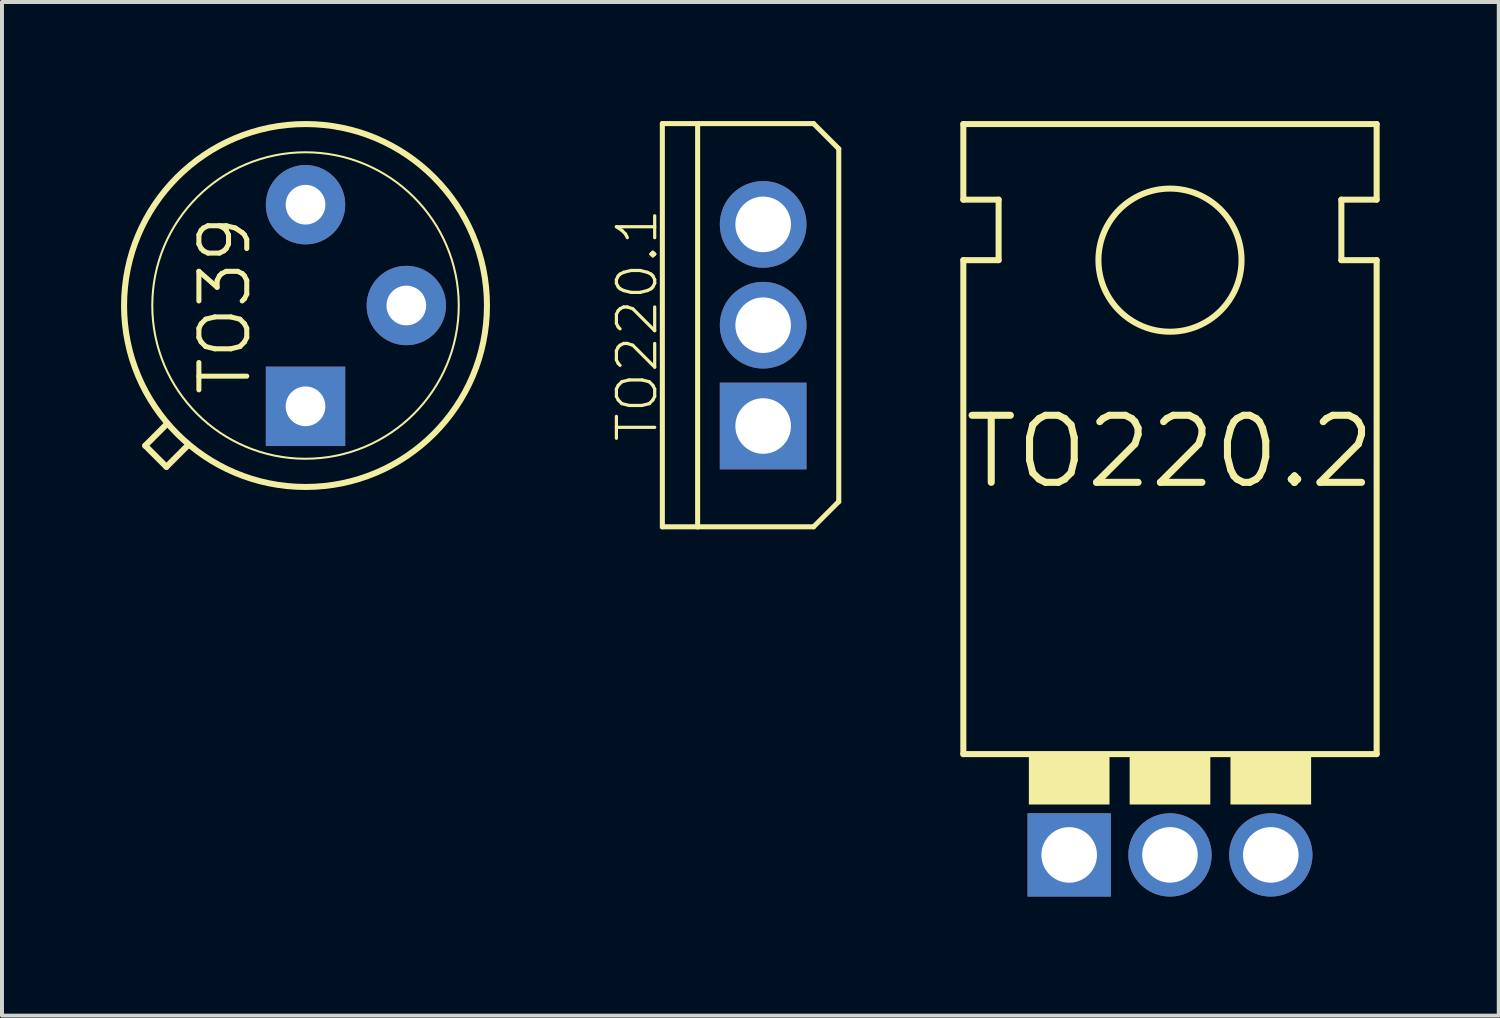
<source format=kicad_pcb>
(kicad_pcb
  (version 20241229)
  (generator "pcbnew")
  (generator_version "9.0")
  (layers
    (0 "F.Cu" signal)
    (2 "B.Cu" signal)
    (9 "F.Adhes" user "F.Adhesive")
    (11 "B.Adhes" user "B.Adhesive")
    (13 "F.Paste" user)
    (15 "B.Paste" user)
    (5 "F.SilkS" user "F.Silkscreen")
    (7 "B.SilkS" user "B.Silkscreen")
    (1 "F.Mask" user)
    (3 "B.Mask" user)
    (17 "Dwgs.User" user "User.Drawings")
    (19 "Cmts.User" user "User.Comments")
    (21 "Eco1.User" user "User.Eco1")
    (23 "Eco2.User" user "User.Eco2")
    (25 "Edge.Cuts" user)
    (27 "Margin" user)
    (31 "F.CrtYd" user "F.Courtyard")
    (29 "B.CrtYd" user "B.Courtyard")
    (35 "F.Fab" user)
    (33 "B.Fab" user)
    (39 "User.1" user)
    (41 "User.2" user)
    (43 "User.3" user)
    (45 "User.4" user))
  (footprint "TO220.1"
    (layer "F.Cu")
    (at 16.179 5.144)
    (property "Reference" "TO220.1" (at -3.175 0 90) (layer "F.SilkS") (effects (font (size 0.965 0.965) (thickness 0.081))))
    (attr through_hole)
    (fp_line (start -2.54 -5.08) (end -1.651 -5.08) (stroke (width 0.127) (type solid)) (layer "F.SilkS"))
    (fp_line (start -2.54 5.08) (end -2.54 -5.08) (stroke (width 0.127) (type solid)) (layer "F.SilkS"))
    (fp_line (start -1.651 -5.08) (end -1.651 5.08) (stroke (width 0.127) (type solid)) (layer "F.SilkS"))
    (fp_line (start -1.651 -5.08) (end 1.27 -5.08) (stroke (width 0.127) (type solid)) (layer "F.SilkS"))
    (fp_line (start -1.651 5.08) (end -2.54 5.08) (stroke (width 0.127) (type solid)) (layer "F.SilkS"))
    (fp_line (start 1.27 -5.08) (end 1.905 -4.445) (stroke (width 0.127) (type solid)) (layer "F.SilkS"))
    (fp_line (start 1.27 5.08) (end -1.651 5.08) (stroke (width 0.127) (type solid)) (layer "F.SilkS"))
    (fp_line (start 1.905 -4.445) (end 1.905 4.445) (stroke (width 0.127) (type solid)) (layer "F.SilkS"))
    (fp_line (start 1.905 4.445) (end 1.27 5.08) (stroke (width 0.127) (type solid)) (layer "F.SilkS"))
    (pad "1" thru_hole rect (at 0 2.54) (size 2.184 2.184) (drill 1.4) (layers "*.Cu" "*.Mask"))
    (pad "2" thru_hole oval (at 0 0) (size 2.184 2.184) (drill 1.4) (layers "*.Cu" "*.Mask"))
    (pad "3" thru_hole oval (at 0 -2.54) (size 2.184 2.184) (drill 1.4) (layers "*.Cu" "*.Mask")))
  (footprint "TO39"
    (layer "F.Cu")
    (at 4.648 4.648)
    (property "Reference" "TO39" (at -2.032 0 90) (layer "F.SilkS") (effects (font (size 1.206 1.206) (thickness 0.127))))
    (attr through_hole)
    (fp_line (start -4.039 3.531) (end -3.505 2.997) (stroke (width 0.152) (type solid)) (layer "F.SilkS"))
    (fp_line (start -3.505 4.064) (end -4.039 3.531) (stroke (width 0.152) (type solid)) (layer "F.SilkS"))
    (fp_line (start -2.972 3.531) (end -3.505 4.064) (stroke (width 0.152) (type solid)) (layer "F.SilkS"))
    (fp_circle (center 0 0) (end 3.861 0) (stroke (width 0.051) (type solid)) (fill no) (layer "F.SilkS"))
    (fp_circle (center 0 0) (end 4.572 0) (stroke (width 0.152) (type solid)) (fill no) (layer "F.SilkS"))
    (pad "1" thru_hole rect (at 0 2.54) (size 2 2) (drill 1) (layers "*.Cu" "*.Mask"))
    (pad "2" thru_hole oval (at 2.54 0) (size 2 2) (drill 1) (layers "*.Cu" "*.Mask"))
    (pad "3" thru_hole oval (at 0 -2.54) (size 2 2) (drill 1) (layers "*.Cu" "*.Mask")))
  (footprint "TO220.2"
    (layer "F.Cu")
    (at 26.43 8.331)
    (property "Reference" "TO220.2" (at 0 0 0) (layer "F.SilkS") (effects (font (size 1.689 1.689) (thickness 0.178))))
    (attr through_hole)
    (fp_line (start -5.207 -6.35) (end -5.207 -8.255) (stroke (width 0.152) (type solid)) (layer "F.SilkS"))
    (fp_line (start -5.207 -4.826) (end -4.318 -4.826) (stroke (width 0.152) (type solid)) (layer "F.SilkS"))
    (fp_line (start -5.207 7.62) (end -5.207 -4.826) (stroke (width 0.152) (type solid)) (layer "F.SilkS"))
    (fp_line (start -5.207 7.62) (end 5.207 7.62) (stroke (width 0.152) (type solid)) (layer "F.SilkS"))
    (fp_line (start -4.318 -6.35) (end -5.207 -6.35) (stroke (width 0.152) (type solid)) (layer "F.SilkS"))
    (fp_line (start -4.318 -4.826) (end -4.318 -6.35) (stroke (width 0.152) (type solid)) (layer "F.SilkS"))
    (fp_line (start 4.318 -6.35) (end 5.207 -6.35) (stroke (width 0.152) (type solid)) (layer "F.SilkS"))
    (fp_line (start 4.318 -4.826) (end 4.318 -6.35) (stroke (width 0.152) (type solid)) (layer "F.SilkS"))
    (fp_line (start 5.207 -8.255) (end -5.207 -8.255) (stroke (width 0.152) (type solid)) (layer "F.SilkS"))
    (fp_line (start 5.207 -6.35) (end 5.207 -8.255) (stroke (width 0.152) (type solid)) (layer "F.SilkS"))
    (fp_line (start 5.207 -4.826) (end 4.318 -4.826) (stroke (width 0.152) (type solid)) (layer "F.SilkS"))
    (fp_line (start 5.207 7.62) (end 5.207 -4.826) (stroke (width 0.152) (type solid)) (layer "F.SilkS"))
    (fp_circle (center 0 -4.826) (end 1.803 -4.826) (stroke (width 0.152) (type solid)) (fill no) (layer "F.SilkS"))
    (fp_poly (pts (xy -3.556 8.89) (xy -1.524 8.89) (xy -1.524 7.62) (xy -3.556 7.62)) (stroke (width 0) (type solid)) (fill yes) (layer "F.SilkS"))
    (fp_poly (pts (xy -1.016 8.89) (xy 1.016 8.89) (xy 1.016 7.62) (xy -1.016 7.62)) (stroke (width 0) (type solid)) (fill yes) (layer "F.SilkS"))
    (fp_poly (pts (xy 1.524 8.89) (xy 3.556 8.89) (xy 3.556 7.62) (xy 1.524 7.62)) (stroke (width 0) (type solid)) (fill yes) (layer "F.SilkS"))
    (pad "1" thru_hole rect (at -2.54 10.16 90) (size 2.1 2.1) (drill 1.4) (layers "*.Cu" "*.Mask"))
    (pad "2" thru_hole oval (at 0 10.16 90) (size 2.1 2.1) (drill 1.4) (layers "*.Cu" "*.Mask"))
    (pad "3" thru_hole oval (at 2.54 10.16 90) (size 2.1 2.1) (drill 1.4) (layers "*.Cu" "*.Mask")))
  (gr_rect
    (start -3 -3)
    (end 34.714 22.541)
    (stroke (width 0.1) (type default))
    (fill no)
    (layer "Edge.Cuts")))
</source>
